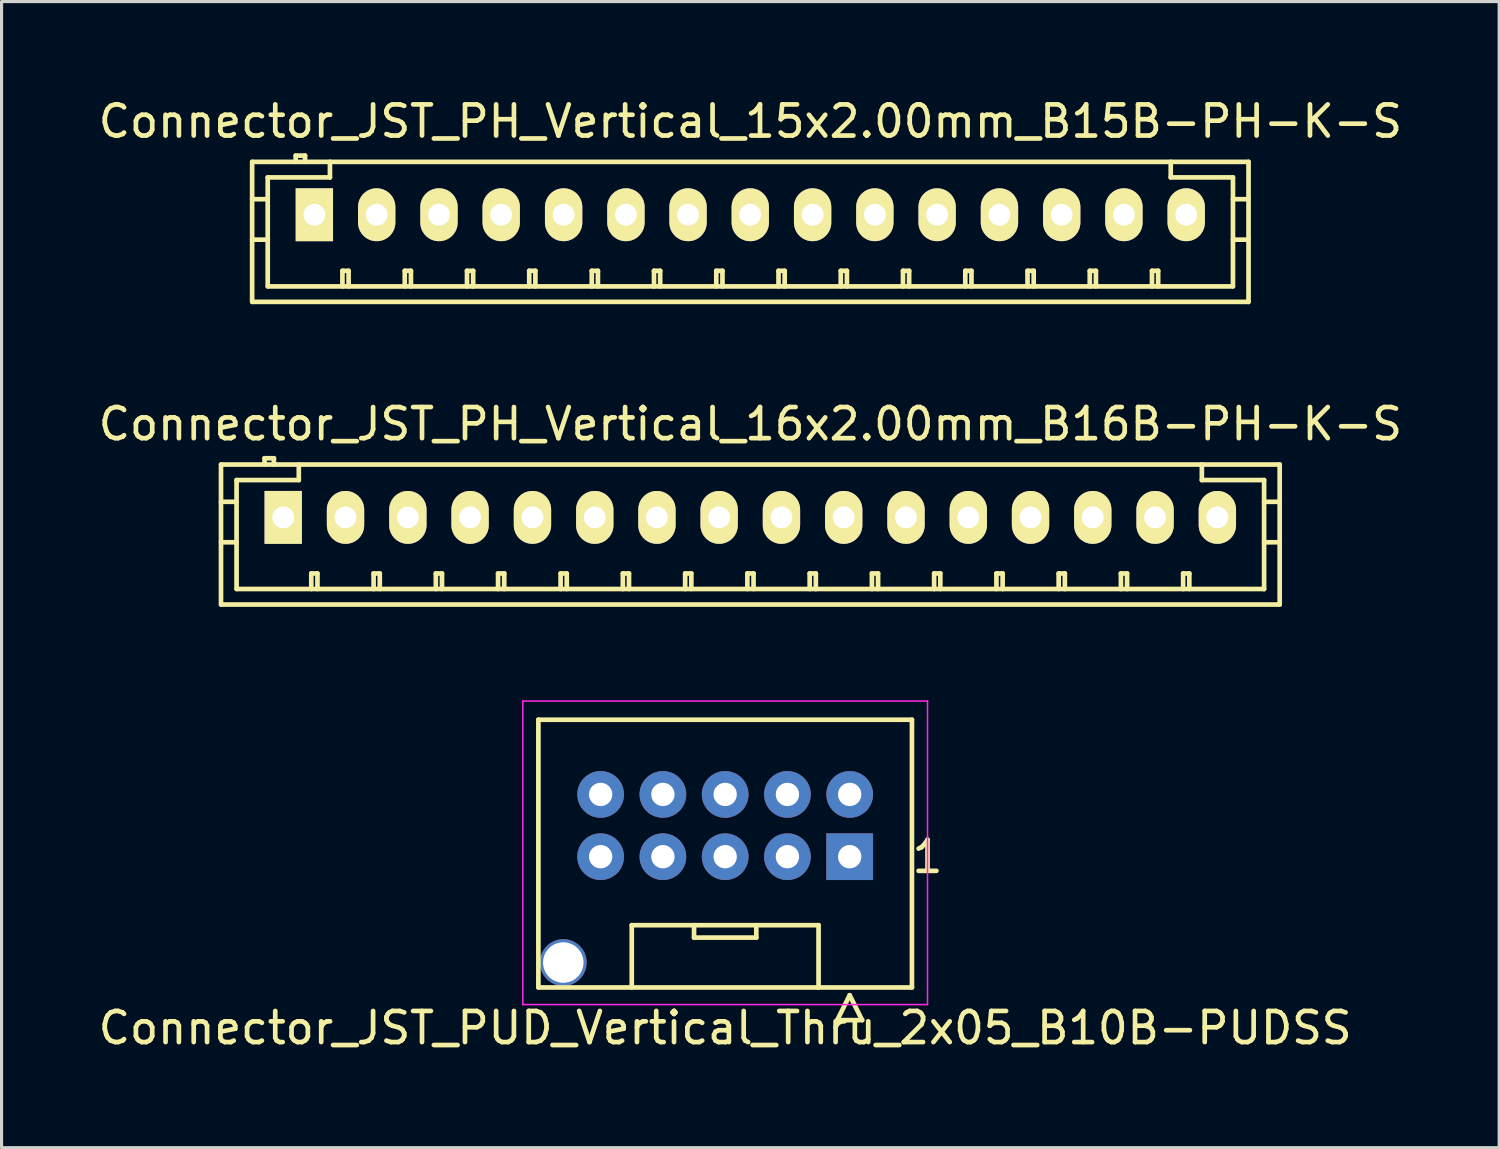
<source format=kicad_pcb>
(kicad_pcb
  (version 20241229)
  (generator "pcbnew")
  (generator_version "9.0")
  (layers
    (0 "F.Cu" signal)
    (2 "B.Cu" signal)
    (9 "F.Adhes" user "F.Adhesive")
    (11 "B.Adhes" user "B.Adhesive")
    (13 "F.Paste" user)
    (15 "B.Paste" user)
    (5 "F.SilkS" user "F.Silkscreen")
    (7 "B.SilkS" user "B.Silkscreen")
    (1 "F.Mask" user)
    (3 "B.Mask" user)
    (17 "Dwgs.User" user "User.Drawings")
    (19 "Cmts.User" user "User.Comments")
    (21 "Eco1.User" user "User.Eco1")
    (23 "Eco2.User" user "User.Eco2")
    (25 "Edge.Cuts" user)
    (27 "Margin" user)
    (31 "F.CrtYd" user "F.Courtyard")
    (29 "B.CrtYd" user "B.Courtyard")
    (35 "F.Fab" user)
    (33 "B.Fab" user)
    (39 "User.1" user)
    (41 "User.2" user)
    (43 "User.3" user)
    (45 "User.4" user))
  (footprint "Connector_JST_PH_Vertical_15x2.00mm_B15B-PH-K-S"
    (layer "F.Cu")
    (at 7.054 3.848)
    (property "Reference" "Connector_JST_PH_Vertical_15x2.00mm_B15B-PH-K-S" (at 14 -3 0) (layer "F.SilkS") (effects (font (size 1 1) (thickness 0.15))))
    (attr through_hole)
    (fp_line (start -2.005 -1.699) (end -2.005 2.799) (stroke (width 0.15) (type solid)) (layer "F.SilkS"))
    (fp_line (start -1.504 -1.199) (end -1.504 2.301) (stroke (width 0.15) (type solid)) (layer "F.SilkS"))
    (fp_line (start -1.504 -0.5) (end -2.005 -0.5) (stroke (width 0.15) (type solid)) (layer "F.SilkS"))
    (fp_line (start -1.504 0.8) (end -2.005 0.8) (stroke (width 0.15) (type solid)) (layer "F.SilkS"))
    (fp_line (start -1.499 2.301) (end 29.499 2.301) (stroke (width 0.15) (type solid)) (layer "F.SilkS"))
    (fp_line (start -0.605 -1.9) (end -0.605 -1.699) (stroke (width 0.15) (type solid)) (layer "F.SilkS"))
    (fp_line (start -0.305 -1.9) (end -0.605 -1.9) (stroke (width 0.15) (type solid)) (layer "F.SilkS"))
    (fp_line (start -0.305 -1.699) (end -0.305 -1.9) (stroke (width 0.15) (type solid)) (layer "F.SilkS"))
    (fp_line (start 0.495 -1.699) (end 0.495 -1.199) (stroke (width 0.15) (type solid)) (layer "F.SilkS"))
    (fp_line (start 0.495 -1.199) (end -1.504 -1.199) (stroke (width 0.15) (type solid)) (layer "F.SilkS"))
    (fp_line (start 0.896 1.801) (end 1.094 1.801) (stroke (width 0.15) (type solid)) (layer "F.SilkS"))
    (fp_line (start 0.896 2.301) (end 0.896 1.801) (stroke (width 0.15) (type solid)) (layer "F.SilkS"))
    (fp_line (start 1.094 1.801) (end 1.094 2.301) (stroke (width 0.15) (type solid)) (layer "F.SilkS"))
    (fp_line (start 2.898 1.801) (end 3.096 1.801) (stroke (width 0.15) (type solid)) (layer "F.SilkS"))
    (fp_line (start 2.898 2.301) (end 2.898 1.801) (stroke (width 0.15) (type solid)) (layer "F.SilkS"))
    (fp_line (start 3.096 1.801) (end 3.096 2.301) (stroke (width 0.15) (type solid)) (layer "F.SilkS"))
    (fp_line (start 4.897 1.801) (end 5.095 1.801) (stroke (width 0.15) (type solid)) (layer "F.SilkS"))
    (fp_line (start 4.897 2.301) (end 4.897 1.801) (stroke (width 0.15) (type solid)) (layer "F.SilkS"))
    (fp_line (start 5.095 1.801) (end 5.095 2.301) (stroke (width 0.15) (type solid)) (layer "F.SilkS"))
    (fp_line (start 6.896 1.801) (end 7.094 1.801) (stroke (width 0.15) (type solid)) (layer "F.SilkS"))
    (fp_line (start 6.896 2.301) (end 6.896 1.801) (stroke (width 0.15) (type solid)) (layer "F.SilkS"))
    (fp_line (start 7.094 1.801) (end 7.094 2.301) (stroke (width 0.15) (type solid)) (layer "F.SilkS"))
    (fp_line (start 8.905 1.801) (end 9.103 1.801) (stroke (width 0.15) (type solid)) (layer "F.SilkS"))
    (fp_line (start 8.905 2.301) (end 8.905 1.801) (stroke (width 0.15) (type solid)) (layer "F.SilkS"))
    (fp_line (start 9.103 1.801) (end 9.103 2.301) (stroke (width 0.15) (type solid)) (layer "F.SilkS"))
    (fp_line (start 10.904 1.801) (end 11.102 1.801) (stroke (width 0.15) (type solid)) (layer "F.SilkS"))
    (fp_line (start 10.904 2.301) (end 10.904 1.801) (stroke (width 0.15) (type solid)) (layer "F.SilkS"))
    (fp_line (start 11.102 1.801) (end 11.102 2.301) (stroke (width 0.15) (type solid)) (layer "F.SilkS"))
    (fp_line (start 12.905 1.801) (end 13.103 1.801) (stroke (width 0.15) (type solid)) (layer "F.SilkS"))
    (fp_line (start 12.905 2.301) (end 12.905 1.801) (stroke (width 0.15) (type solid)) (layer "F.SilkS"))
    (fp_line (start 13.103 1.801) (end 13.103 2.301) (stroke (width 0.15) (type solid)) (layer "F.SilkS"))
    (fp_line (start 14.904 1.801) (end 15.102 1.801) (stroke (width 0.15) (type solid)) (layer "F.SilkS"))
    (fp_line (start 14.904 2.301) (end 14.904 1.801) (stroke (width 0.15) (type solid)) (layer "F.SilkS"))
    (fp_line (start 15.102 1.801) (end 15.102 2.301) (stroke (width 0.15) (type solid)) (layer "F.SilkS"))
    (fp_line (start 16.903 1.801) (end 17.101 1.801) (stroke (width 0.15) (type solid)) (layer "F.SilkS"))
    (fp_line (start 16.903 2.301) (end 16.903 1.801) (stroke (width 0.15) (type solid)) (layer "F.SilkS"))
    (fp_line (start 17.101 1.801) (end 17.101 2.301) (stroke (width 0.15) (type solid)) (layer "F.SilkS"))
    (fp_line (start 18.902 1.801) (end 19.1 1.801) (stroke (width 0.15) (type solid)) (layer "F.SilkS"))
    (fp_line (start 18.902 2.301) (end 18.902 1.801) (stroke (width 0.15) (type solid)) (layer "F.SilkS"))
    (fp_line (start 19.1 1.801) (end 19.1 2.301) (stroke (width 0.15) (type solid)) (layer "F.SilkS"))
    (fp_line (start 20.904 1.801) (end 21.102 1.801) (stroke (width 0.15) (type solid)) (layer "F.SilkS"))
    (fp_line (start 20.904 2.301) (end 20.904 1.801) (stroke (width 0.15) (type solid)) (layer "F.SilkS"))
    (fp_line (start 21.102 1.801) (end 21.102 2.301) (stroke (width 0.15) (type solid)) (layer "F.SilkS"))
    (fp_line (start 22.903 1.801) (end 23.101 1.801) (stroke (width 0.15) (type solid)) (layer "F.SilkS"))
    (fp_line (start 22.903 2.301) (end 22.903 1.801) (stroke (width 0.15) (type solid)) (layer "F.SilkS"))
    (fp_line (start 23.101 1.801) (end 23.101 2.301) (stroke (width 0.15) (type solid)) (layer "F.SilkS"))
    (fp_line (start 24.902 1.801) (end 25.1 1.801) (stroke (width 0.15) (type solid)) (layer "F.SilkS"))
    (fp_line (start 24.902 2.301) (end 24.902 1.801) (stroke (width 0.15) (type solid)) (layer "F.SilkS"))
    (fp_line (start 25.1 1.801) (end 25.1 2.301) (stroke (width 0.15) (type solid)) (layer "F.SilkS"))
    (fp_line (start 26.901 1.801) (end 27.099 1.801) (stroke (width 0.15) (type solid)) (layer "F.SilkS"))
    (fp_line (start 26.901 2.301) (end 26.901 1.801) (stroke (width 0.15) (type solid)) (layer "F.SilkS"))
    (fp_line (start 27.099 1.801) (end 27.099 2.301) (stroke (width 0.15) (type solid)) (layer "F.SilkS"))
    (fp_line (start 27.503 -1.199) (end 27.503 -1.699) (stroke (width 0.15) (type solid)) (layer "F.SilkS"))
    (fp_line (start 29.502 -1.199) (end 27.503 -1.199) (stroke (width 0.15) (type solid)) (layer "F.SilkS"))
    (fp_line (start 29.502 0.8) (end 30.002 0.8) (stroke (width 0.15) (type solid)) (layer "F.SilkS"))
    (fp_line (start 29.502 2.301) (end 29.502 -1.199) (stroke (width 0.15) (type solid)) (layer "F.SilkS"))
    (fp_line (start 29.999 -1.699) (end -1.999 -1.699) (stroke (width 0.15) (type solid)) (layer "F.SilkS"))
    (fp_line (start 29.999 2.799) (end -1.999 2.799) (stroke (width 0.15) (type solid)) (layer "F.SilkS"))
    (fp_line (start 30.002 -1.699) (end 30.002 2.799) (stroke (width 0.15) (type solid)) (layer "F.SilkS"))
    (fp_line (start 30.002 -0.5) (end 29.502 -0.5) (stroke (width 0.15) (type solid)) (layer "F.SilkS"))
    (pad "1" thru_hole rect (at -0.006 0) (size 1.199 1.699) (drill 0.701) (layers "*.Cu" "*.Mask" "F.SilkS"))
    (pad "2" thru_hole oval (at 1.996 0) (size 1.199 1.699) (drill 0.701) (layers "*.Cu" "*.Mask" "F.SilkS"))
    (pad "3" thru_hole oval (at 3.997 0) (size 1.199 1.699) (drill 0.701) (layers "*.Cu" "*.Mask" "F.SilkS"))
    (pad "4" thru_hole oval (at 5.996 0) (size 1.199 1.699) (drill 0.701) (layers "*.Cu" "*.Mask" "F.SilkS"))
    (pad "5" thru_hole oval (at 8.001 0) (size 1.199 1.699) (drill 0.701) (layers "*.Cu" "*.Mask" "F.SilkS"))
    (pad "6" thru_hole oval (at 10.002 0) (size 1.199 1.699) (drill 0.701) (layers "*.Cu" "*.Mask" "F.SilkS"))
    (pad "7" thru_hole oval (at 11.998 0) (size 1.199 1.699) (drill 0.701) (layers "*.Cu" "*.Mask" "F.SilkS"))
    (pad "8" thru_hole oval (at 13.997 0) (size 1.199 1.699) (drill 0.701) (layers "*.Cu" "*.Mask" "F.SilkS"))
    (pad "9" thru_hole oval (at 15.999 0) (size 1.199 1.699) (drill 0.701) (layers "*.Cu" "*.Mask" "F.SilkS"))
    (pad "10" thru_hole oval (at 17.998 0) (size 1.199 1.699) (drill 0.701) (layers "*.Cu" "*.Mask" "F.SilkS"))
    (pad "11" thru_hole oval (at 19.999 0) (size 1.199 1.699) (drill 0.701) (layers "*.Cu" "*.Mask" "F.SilkS"))
    (pad "12" thru_hole oval (at 22.001 0) (size 1.199 1.699) (drill 0.701) (layers "*.Cu" "*.Mask" "F.SilkS"))
    (pad "13" thru_hole oval (at 24 0) (size 1.199 1.699) (drill 0.701) (layers "*.Cu" "*.Mask" "F.SilkS"))
    (pad "14" thru_hole oval (at 25.999 0) (size 1.199 1.699) (drill 0.701) (layers "*.Cu" "*.Mask" "F.SilkS"))
    (pad "15" thru_hole oval (at 28 0) (size 1.199 1.699) (drill 0.701) (layers "*.Cu" "*.Mask" "F.SilkS")))
  (footprint "Connector_JST_PUD_Vertical_Thru_2x05_B10B-PUDSS"
    (layer "F.Cu")
    (at 24.244 24.469)
    (property "Reference" "Connector_JST_PUD_Vertical_Thru_2x05_B10B-PUDSS" (at -4 5.5 0) (layer "F.SilkS") (effects (font (size 1 1) (thickness 0.15))))
    (attr through_hole)
    (fp_line (start -10 -4.4) (end -10 4.2) (stroke (width 0.15) (type solid)) (layer "F.SilkS"))
    (fp_line (start -10 4.2) (end 2 4.2) (stroke (width 0.15) (type solid)) (layer "F.SilkS"))
    (fp_line (start -7 2.2) (end -7 4.2) (stroke (width 0.15) (type solid)) (layer "F.SilkS"))
    (fp_line (start -5 2.6) (end -5 2.2) (stroke (width 0.15) (type solid)) (layer "F.SilkS"))
    (fp_line (start -3 2.2) (end -3 2.6) (stroke (width 0.15) (type solid)) (layer "F.SilkS"))
    (fp_line (start -3 2.6) (end -5 2.6) (stroke (width 0.15) (type solid)) (layer "F.SilkS"))
    (fp_line (start -1 2.2) (end -7 2.2) (stroke (width 0.15) (type solid)) (layer "F.SilkS"))
    (fp_line (start -1 4.2) (end -1 2.2) (stroke (width 0.15) (type solid)) (layer "F.SilkS"))
    (fp_line (start -0.4 5.25) (end 0 4.45) (stroke (width 0.15) (type solid)) (layer "F.SilkS"))
    (fp_line (start 0 4.45) (end 0.4 5.25) (stroke (width 0.15) (type solid)) (layer "F.SilkS"))
    (fp_line (start 0.4 5.25) (end -0.4 5.25) (stroke (width 0.15) (type solid)) (layer "F.SilkS"))
    (fp_line (start 2 -4.4) (end -10 -4.4) (stroke (width 0.15) (type solid)) (layer "F.SilkS"))
    (fp_line (start 2 4.2) (end 2 -4.4) (stroke (width 0.15) (type solid)) (layer "F.SilkS"))
    (fp_line (start -10.5 -5) (end 2.5 -5) (stroke (width 0.05) (type solid)) (layer "F.CrtYd"))
    (fp_line (start -10.5 4.75) (end -10.5 -5) (stroke (width 0.05) (type solid)) (layer "F.CrtYd"))
    (fp_line (start 2.5 -5) (end 2.5 4.75) (stroke (width 0.05) (type solid)) (layer "F.CrtYd"))
    (fp_line (start 2.5 4.75) (end -10.5 4.75) (stroke (width 0.05) (type solid)) (layer "F.CrtYd"))
    (fp_text user "1" (at 2.5 0 0) (layer "F.SilkS") (effects (font (size 1 1) (thickness 0.15))))
    (pad "" thru_hole circle (at -9.2 3.4) (size 1.5 1.5) (drill 1.3) (layers "*.Cu" "*.Mask"))
    (pad "1" thru_hole rect (at 0 0) (size 1.5 1.5) (drill 0.75) (layers "*.Cu" "*.Mask"))
    (pad "2" thru_hole circle (at 0 -2) (size 1.5 1.5) (drill 0.75) (layers "*.Cu" "*.Mask"))
    (pad "3" thru_hole circle (at -2 0) (size 1.5 1.5) (drill 0.75) (layers "*.Cu" "*.Mask"))
    (pad "4" thru_hole circle (at -2 -2) (size 1.5 1.5) (drill 0.75) (layers "*.Cu" "*.Mask"))
    (pad "5" thru_hole circle (at -4 0) (size 1.5 1.5) (drill 0.75) (layers "*.Cu" "*.Mask"))
    (pad "6" thru_hole circle (at -4 -2) (size 1.5 1.5) (drill 0.75) (layers "*.Cu" "*.Mask"))
    (pad "7" thru_hole circle (at -6 0) (size 1.5 1.5) (drill 0.75) (layers "*.Cu" "*.Mask"))
    (pad "8" thru_hole circle (at -6 -2) (size 1.5 1.5) (drill 0.75) (layers "*.Cu" "*.Mask"))
    (pad "9" thru_hole circle (at -8 0) (size 1.5 1.5) (drill 0.75) (layers "*.Cu" "*.Mask"))
    (pad "10" thru_hole circle (at -8 -2) (size 1.5 1.5) (drill 0.75) (layers "*.Cu" "*.Mask")))
  (footprint "Connector_JST_PH_Vertical_16x2.00mm_B16B-PH-K-S"
    (layer "F.Cu")
    (at 6.054 13.57)
    (property "Reference" "Connector_JST_PH_Vertical_16x2.00mm_B16B-PH-K-S" (at 15 -3 0) (layer "F.SilkS") (effects (font (size 1 1) (thickness 0.15))))
    (attr through_hole)
    (fp_line (start -2.005 -1.699) (end -2.005 2.799) (stroke (width 0.15) (type solid)) (layer "F.SilkS"))
    (fp_line (start -1.505 -1.199) (end -1.505 2.301) (stroke (width 0.15) (type solid)) (layer "F.SilkS"))
    (fp_line (start -1.505 -0.5) (end -2.005 -0.5) (stroke (width 0.15) (type solid)) (layer "F.SilkS"))
    (fp_line (start -1.505 0.8) (end -2.005 0.8) (stroke (width 0.15) (type solid)) (layer "F.SilkS"))
    (fp_line (start -1.5 2.301) (end 31.5 2.301) (stroke (width 0.15) (type solid)) (layer "F.SilkS"))
    (fp_line (start -0.606 -1.9) (end -0.606 -1.699) (stroke (width 0.15) (type solid)) (layer "F.SilkS"))
    (fp_line (start -0.306 -1.9) (end -0.606 -1.9) (stroke (width 0.15) (type solid)) (layer "F.SilkS"))
    (fp_line (start -0.306 -1.699) (end -0.306 -1.9) (stroke (width 0.15) (type solid)) (layer "F.SilkS"))
    (fp_line (start 0.494 -1.699) (end 0.494 -1.199) (stroke (width 0.15) (type solid)) (layer "F.SilkS"))
    (fp_line (start 0.494 -1.199) (end -1.505 -1.199) (stroke (width 0.15) (type solid)) (layer "F.SilkS"))
    (fp_line (start 0.895 1.801) (end 1.093 1.801) (stroke (width 0.15) (type solid)) (layer "F.SilkS"))
    (fp_line (start 0.895 2.301) (end 0.895 1.801) (stroke (width 0.15) (type solid)) (layer "F.SilkS"))
    (fp_line (start 1.093 1.801) (end 1.093 2.301) (stroke (width 0.15) (type solid)) (layer "F.SilkS"))
    (fp_line (start 2.897 1.801) (end 3.095 1.801) (stroke (width 0.15) (type solid)) (layer "F.SilkS"))
    (fp_line (start 2.897 2.301) (end 2.897 1.801) (stroke (width 0.15) (type solid)) (layer "F.SilkS"))
    (fp_line (start 3.095 1.801) (end 3.095 2.301) (stroke (width 0.15) (type solid)) (layer "F.SilkS"))
    (fp_line (start 4.896 1.801) (end 5.094 1.801) (stroke (width 0.15) (type solid)) (layer "F.SilkS"))
    (fp_line (start 4.896 2.301) (end 4.896 1.801) (stroke (width 0.15) (type solid)) (layer "F.SilkS"))
    (fp_line (start 5.094 1.801) (end 5.094 2.301) (stroke (width 0.15) (type solid)) (layer "F.SilkS"))
    (fp_line (start 6.895 1.801) (end 7.093 1.801) (stroke (width 0.15) (type solid)) (layer "F.SilkS"))
    (fp_line (start 6.895 2.301) (end 6.895 1.801) (stroke (width 0.15) (type solid)) (layer "F.SilkS"))
    (fp_line (start 7.093 1.801) (end 7.093 2.301) (stroke (width 0.15) (type solid)) (layer "F.SilkS"))
    (fp_line (start 8.904 1.801) (end 9.102 1.801) (stroke (width 0.15) (type solid)) (layer "F.SilkS"))
    (fp_line (start 8.904 2.301) (end 8.904 1.801) (stroke (width 0.15) (type solid)) (layer "F.SilkS"))
    (fp_line (start 9.102 1.801) (end 9.102 2.301) (stroke (width 0.15) (type solid)) (layer "F.SilkS"))
    (fp_line (start 10.903 1.801) (end 11.101 1.801) (stroke (width 0.15) (type solid)) (layer "F.SilkS"))
    (fp_line (start 10.903 2.301) (end 10.903 1.801) (stroke (width 0.15) (type solid)) (layer "F.SilkS"))
    (fp_line (start 11.101 1.801) (end 11.101 2.301) (stroke (width 0.15) (type solid)) (layer "F.SilkS"))
    (fp_line (start 12.905 1.801) (end 13.103 1.801) (stroke (width 0.15) (type solid)) (layer "F.SilkS"))
    (fp_line (start 12.905 2.301) (end 12.905 1.801) (stroke (width 0.15) (type solid)) (layer "F.SilkS"))
    (fp_line (start 13.103 1.801) (end 13.103 2.301) (stroke (width 0.15) (type solid)) (layer "F.SilkS"))
    (fp_line (start 14.903 1.801) (end 15.102 1.801) (stroke (width 0.15) (type solid)) (layer "F.SilkS"))
    (fp_line (start 14.903 2.301) (end 14.903 1.801) (stroke (width 0.15) (type solid)) (layer "F.SilkS"))
    (fp_line (start 15.102 1.801) (end 15.102 2.301) (stroke (width 0.15) (type solid)) (layer "F.SilkS"))
    (fp_line (start 16.905 1.801) (end 17.103 1.801) (stroke (width 0.15) (type solid)) (layer "F.SilkS"))
    (fp_line (start 16.905 2.301) (end 16.905 1.801) (stroke (width 0.15) (type solid)) (layer "F.SilkS"))
    (fp_line (start 17.103 1.801) (end 17.103 2.301) (stroke (width 0.15) (type solid)) (layer "F.SilkS"))
    (fp_line (start 18.904 1.801) (end 19.102 1.801) (stroke (width 0.15) (type solid)) (layer "F.SilkS"))
    (fp_line (start 18.904 2.301) (end 18.904 1.801) (stroke (width 0.15) (type solid)) (layer "F.SilkS"))
    (fp_line (start 19.102 1.801) (end 19.102 2.301) (stroke (width 0.15) (type solid)) (layer "F.SilkS"))
    (fp_line (start 20.903 1.801) (end 21.101 1.801) (stroke (width 0.15) (type solid)) (layer "F.SilkS"))
    (fp_line (start 20.903 2.301) (end 20.903 1.801) (stroke (width 0.15) (type solid)) (layer "F.SilkS"))
    (fp_line (start 21.101 1.801) (end 21.101 2.301) (stroke (width 0.15) (type solid)) (layer "F.SilkS"))
    (fp_line (start 22.904 1.801) (end 23.103 1.801) (stroke (width 0.15) (type solid)) (layer "F.SilkS"))
    (fp_line (start 22.904 2.301) (end 22.904 1.801) (stroke (width 0.15) (type solid)) (layer "F.SilkS"))
    (fp_line (start 23.103 1.801) (end 23.103 2.301) (stroke (width 0.15) (type solid)) (layer "F.SilkS"))
    (fp_line (start 24.903 1.801) (end 25.102 1.801) (stroke (width 0.15) (type solid)) (layer "F.SilkS"))
    (fp_line (start 24.903 2.301) (end 24.903 1.801) (stroke (width 0.15) (type solid)) (layer "F.SilkS"))
    (fp_line (start 25.102 1.801) (end 25.102 2.301) (stroke (width 0.15) (type solid)) (layer "F.SilkS"))
    (fp_line (start 26.902 1.801) (end 27.101 1.801) (stroke (width 0.15) (type solid)) (layer "F.SilkS"))
    (fp_line (start 26.902 2.301) (end 26.902 1.801) (stroke (width 0.15) (type solid)) (layer "F.SilkS"))
    (fp_line (start 27.101 1.801) (end 27.101 2.301) (stroke (width 0.15) (type solid)) (layer "F.SilkS"))
    (fp_line (start 28.901 1.801) (end 29.1 1.801) (stroke (width 0.15) (type solid)) (layer "F.SilkS"))
    (fp_line (start 28.901 2.301) (end 28.901 1.801) (stroke (width 0.15) (type solid)) (layer "F.SilkS"))
    (fp_line (start 29.1 1.801) (end 29.1 2.301) (stroke (width 0.15) (type solid)) (layer "F.SilkS"))
    (fp_line (start 29.503 -1.199) (end 29.503 -1.699) (stroke (width 0.15) (type solid)) (layer "F.SilkS"))
    (fp_line (start 31.502 -1.199) (end 29.503 -1.199) (stroke (width 0.15) (type solid)) (layer "F.SilkS"))
    (fp_line (start 31.502 0.8) (end 32.003 0.8) (stroke (width 0.15) (type solid)) (layer "F.SilkS"))
    (fp_line (start 31.502 2.301) (end 31.502 -1.199) (stroke (width 0.15) (type solid)) (layer "F.SilkS"))
    (fp_line (start 32 -1.699) (end -2 -1.699) (stroke (width 0.15) (type solid)) (layer "F.SilkS"))
    (fp_line (start 32 2.799) (end -2 2.799) (stroke (width 0.15) (type solid)) (layer "F.SilkS"))
    (fp_line (start 32.003 -1.699) (end 32.003 2.799) (stroke (width 0.15) (type solid)) (layer "F.SilkS"))
    (fp_line (start 32.003 -0.5) (end 31.502 -0.5) (stroke (width 0.15) (type solid)) (layer "F.SilkS"))
    (pad "1" thru_hole rect (at -0.006 0) (size 1.199 1.699) (drill 0.701) (layers "*.Cu" "*.Mask" "F.SilkS"))
    (pad "2" thru_hole oval (at 1.995 0) (size 1.199 1.699) (drill 0.701) (layers "*.Cu" "*.Mask" "F.SilkS"))
    (pad "3" thru_hole oval (at 3.997 0) (size 1.199 1.699) (drill 0.701) (layers "*.Cu" "*.Mask" "F.SilkS"))
    (pad "4" thru_hole oval (at 5.996 0) (size 1.199 1.699) (drill 0.701) (layers "*.Cu" "*.Mask" "F.SilkS"))
    (pad "5" thru_hole oval (at 8 0) (size 1.199 1.699) (drill 0.701) (layers "*.Cu" "*.Mask" "F.SilkS"))
    (pad "6" thru_hole oval (at 10.001 0) (size 1.199 1.699) (drill 0.701) (layers "*.Cu" "*.Mask" "F.SilkS"))
    (pad "7" thru_hole oval (at 11.998 0) (size 1.199 1.699) (drill 0.701) (layers "*.Cu" "*.Mask" "F.SilkS"))
    (pad "8" thru_hole oval (at 13.997 0) (size 1.199 1.699) (drill 0.701) (layers "*.Cu" "*.Mask" "F.SilkS"))
    (pad "9" thru_hole oval (at 15.998 0) (size 1.199 1.699) (drill 0.701) (layers "*.Cu" "*.Mask" "F.SilkS"))
    (pad "10" thru_hole oval (at 17.997 0) (size 1.199 1.699) (drill 0.701) (layers "*.Cu" "*.Mask" "F.SilkS"))
    (pad "11" thru_hole oval (at 19.999 0) (size 1.199 1.699) (drill 0.701) (layers "*.Cu" "*.Mask" "F.SilkS"))
    (pad "12" thru_hole oval (at 22 0) (size 1.199 1.699) (drill 0.701) (layers "*.Cu" "*.Mask" "F.SilkS"))
    (pad "13" thru_hole oval (at 23.999 0) (size 1.199 1.699) (drill 0.701) (layers "*.Cu" "*.Mask" "F.SilkS"))
    (pad "14" thru_hole oval (at 25.998 0) (size 1.199 1.699) (drill 0.701) (layers "*.Cu" "*.Mask" "F.SilkS"))
    (pad "15" thru_hole oval (at 28 0) (size 1.199 1.699) (drill 0.701) (layers "*.Cu" "*.Mask" "F.SilkS"))
    (pad "16" thru_hole oval (at 30.001 0) (size 1.199 1.699) (drill 0.701) (layers "*.Cu" "*.Mask" "F.SilkS")))
  (gr_rect
    (start -3 -3)
    (end 45.107 33.817)
    (stroke (width 0.1) (type default))
    (fill no)
    (layer "Edge.Cuts")))
</source>
